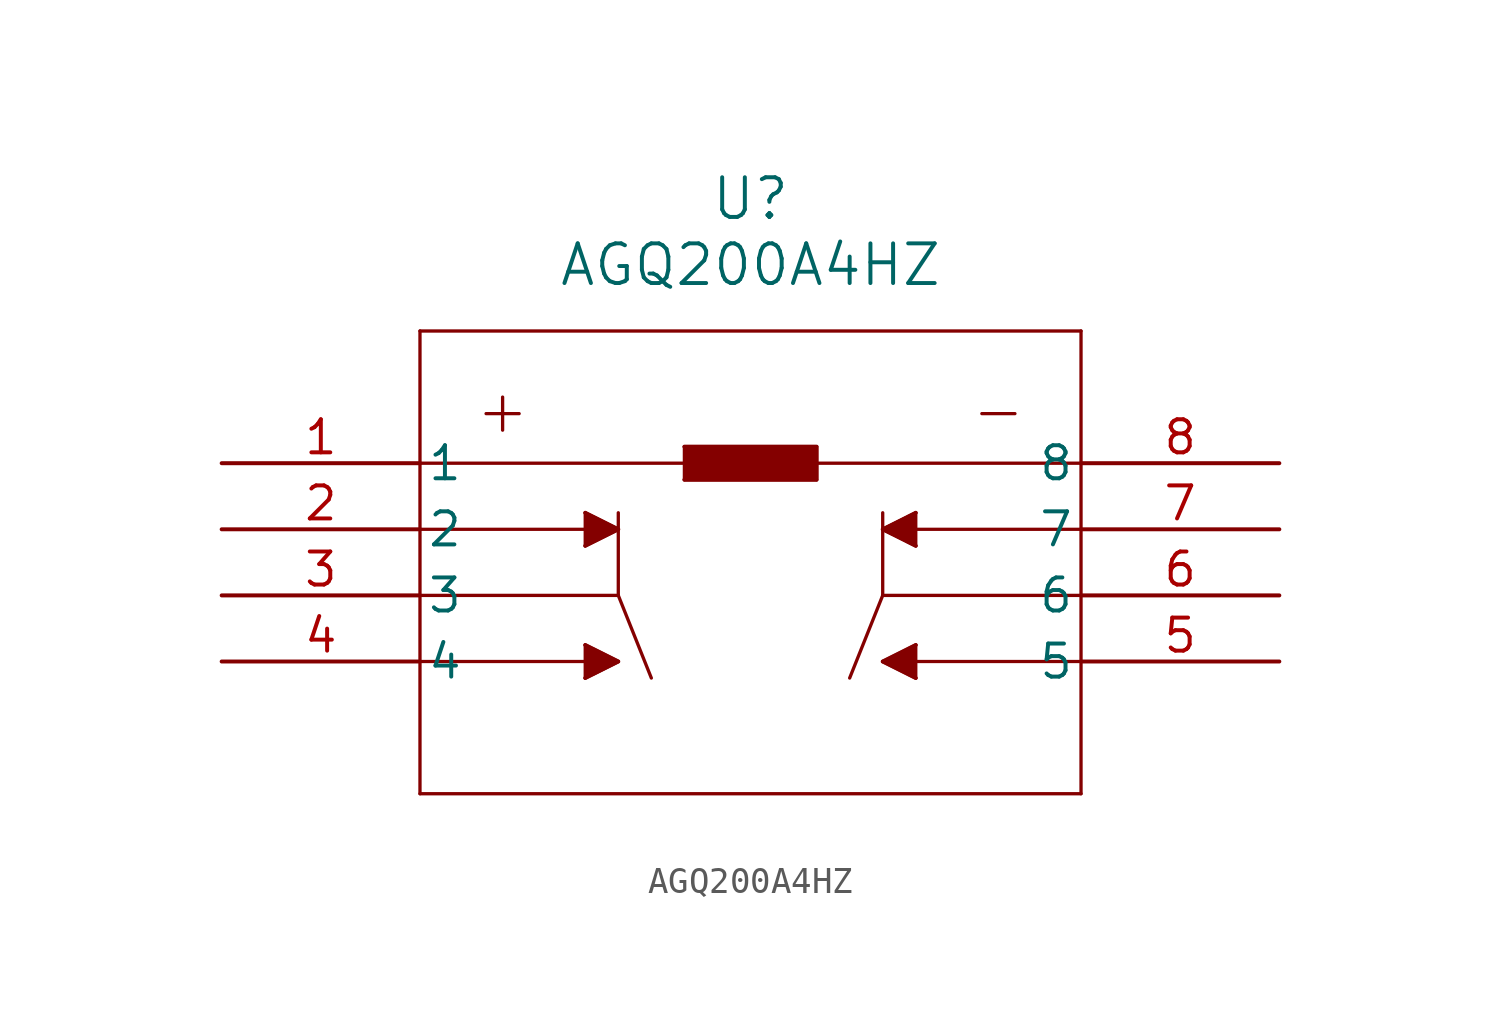
<source format=kicad_sym>
(kicad_symbol_lib
  (version 20211014)
  (generator kicad_symbol_editor)
  (symbol "AGQ200A4HZ"
    (pin_names
      (offset 0.254))
    (property "Reference" "U"
      (at 20.32 10.16 0)
      (effects (font (size 1.524 1.524))))
    (property "Value" "AGQ200A4HZ"
      (at 20.32 7.62 0)
      (effects (font (size 1.524 1.524))))
    (symbol "AGQ200A4HZ_0_1"
      (polyline (pts (xy 7.62 5.08) (xy 7.62 -12.7)) (stroke (width 0.127) (type default) (color 0 0 0 0)) (fill (type none)))
      (polyline (pts (xy 7.62 -12.7) (xy 33.02 -12.7)) (stroke (width 0.127) (type default) (color 0 0 0 0)) (fill (type none)))
      (polyline (pts (xy 33.02 -12.7) (xy 33.02 5.08)) (stroke (width 0.127) (type default) (color 0 0 0 0)) (fill (type none)))
      (polyline (pts (xy 33.02 5.08) (xy 7.62 5.08)) (stroke (width 0.127) (type default) (color 0 0 0 0)) (fill (type none)))
      (polyline (pts (xy 7.62 0) (xy 33.02 0)) (stroke (width 0.127) (type default) (color 0 0 0 0)) (fill (type none)))
      (polyline (pts (xy 17.78 0.635) (xy 22.86 0.635)) (stroke (width 0.127) (type default) (color 0 0 0 0)) (fill (type none)))
      (polyline (pts (xy 17.78 -0.635) (xy 22.86 -0.635)) (stroke (width 0.127) (type default) (color 0 0 0 0)) (fill (type none)))
      (polyline (pts (xy 22.86 -0.635) (xy 22.86 0.635)) (stroke (width 0.127) (type default) (color 0 0 0 0)) (fill (type none)))
      (polyline (pts (xy 17.78 -0.635) (xy 17.78 0.635)) (stroke (width 0.127) (type default) (color 0 0 0 0)) (fill (type none)))
      (polyline (pts (xy 10.795 2.54) (xy 10.795 1.27)) (stroke (width 0.127) (type default) (color 0 0 0 0)) (fill (type none)))
      (polyline (pts (xy 10.16 1.905) (xy 11.43 1.905)) (stroke (width 0.127) (type default) (color 0 0 0 0)) (fill (type none)))
      (polyline (pts (xy 29.21 1.905) (xy 30.48 1.905)) (stroke (width 0.127) (type default) (color 0 0 0 0)) (fill (type none)))
      (polyline (pts (xy 7.62 -5.08) (xy 15.24 -5.08)) (stroke (width 0.127) (type default) (color 0 0 0 0)) (fill (type none)))
      (polyline (pts (xy 15.24 -1.905) (xy 15.24 -5.08)) (stroke (width 0.127) (type default) (color 0 0 0 0)) (fill (type none)))
      (polyline (pts (xy 15.24 -5.08) (xy 16.51 -8.255)) (stroke (width 0.127) (type default) (color 0 0 0 0)) (fill (type none)))
      (polyline (pts (xy 33.02 -5.08) (xy 25.4 -5.08)) (stroke (width 0.127) (type default) (color 0 0 0 0)) (fill (type none)))
      (polyline (pts (xy 25.4 -1.905) (xy 25.4 -5.08)) (stroke (width 0.127) (type default) (color 0 0 0 0)) (fill (type none)))
      (polyline (pts (xy 25.4 -5.08) (xy 24.13 -8.255)) (stroke (width 0.127) (type default) (color 0 0 0 0)) (fill (type none)))
      (polyline (pts (xy 7.62 -2.54) (xy 15.24 -2.54)) (stroke (width 0.127) (type default) (color 0 0 0 0)) (fill (type none)))
      (polyline (pts (xy 13.97 -1.905) (xy 13.97 -3.175)) (stroke (width 0.127) (type default) (color 0 0 0 0)) (fill (type none)))
      (polyline (pts (xy 13.97 -1.905) (xy 15.24 -2.54)) (stroke (width 0.127) (type default) (color 0 0 0 0)) (fill (type none)))
      (polyline (pts (xy 13.97 -3.175) (xy 15.24 -2.54)) (stroke (width 0.127) (type default) (color 0 0 0 0)) (fill (type none)))
      (polyline (pts (xy 7.62 -7.62) (xy 15.24 -7.62)) (stroke (width 0.127) (type default) (color 0 0 0 0)) (fill (type none)))
      (polyline (pts (xy 15.24 -7.62) (xy 13.97 -6.985)) (stroke (width 0.127) (type default) (color 0 0 0 0)) (fill (type none)))
      (polyline (pts (xy 13.97 -6.985) (xy 13.97 -8.255)) (stroke (width 0.127) (type default) (color 0 0 0 0)) (fill (type none)))
      (polyline (pts (xy 13.97 -8.255) (xy 15.24 -7.62)) (stroke (width 0.127) (type default) (color 0 0 0 0)) (fill (type none)))
      (polyline (pts (xy 26.67 -1.905) (xy 26.67 -3.175)) (stroke (width 0.127) (type default) (color 0 0 0 0)) (fill (type none)))
      (polyline (pts (xy 26.67 -1.905) (xy 25.4 -2.54)) (stroke (width 0.127) (type default) (color 0 0 0 0)) (fill (type none)))
      (polyline (pts (xy 26.67 -3.175) (xy 25.4 -2.54)) (stroke (width 0.127) (type default) (color 0 0 0 0)) (fill (type none)))
      (polyline (pts (xy 25.4 -7.62) (xy 26.67 -6.985)) (stroke (width 0.127) (type default) (color 0 0 0 0)) (fill (type none)))
      (polyline (pts (xy 26.67 -6.985) (xy 26.67 -8.255)) (stroke (width 0.127) (type default) (color 0 0 0 0)) (fill (type none)))
      (polyline (pts (xy 26.67 -8.255) (xy 25.4 -7.62)) (stroke (width 0.127) (type default) (color 0 0 0 0)) (fill (type none)))
      (polyline (pts (xy 33.02 -2.54) (xy 25.4 -2.54)) (stroke (width 0.127) (type default) (color 0 0 0 0)) (fill (type none)))
      (polyline (pts (xy 33.02 -7.62) (xy 25.4 -7.62)) (stroke (width 0.127) (type default) (color 0 0 0 0)) (fill (type none)))
      (polyline (pts (xy 17.78 0.635) (xy 22.86 0.635) (xy 22.86 -0.635) (xy 17.78 -0.635)) (stroke (width 0) (type default) (color 0 0 0 0)) (fill (type outline)))
      (polyline (pts (xy 13.97 -1.905) (xy 15.24 -2.54) (xy 13.97 -3.175)) (stroke (width 0) (type default) (color 0 0 0 0)) (fill (type outline)))
      (polyline (pts (xy 13.97 -6.985) (xy 15.24 -7.62) (xy 13.97 -8.255)) (stroke (width 0) (type default) (color 0 0 0 0)) (fill (type outline)))
      (polyline (pts (xy 26.67 -3.175) (xy 25.4 -2.54) (xy 26.67 -1.905)) (stroke (width 0) (type default) (color 0 0 0 0)) (fill (type outline)))
      (polyline (pts (xy 26.67 -8.255) (xy 25.4 -7.62) (xy 26.67 -6.985)) (stroke (width 0) (type default) (color 0 0 0 0)) (fill (type outline)))
      (pin unspecified line (at 0 0 0) (length 7.62) (name "1" (effects (font (size 1.27 1.27)))) (number "1" (effects (font (size 1.27 1.27)))))
      (pin unspecified line (at 0 -2.54 0) (length 7.62) (name "2" (effects (font (size 1.27 1.27)))) (number "2" (effects (font (size 1.27 1.27)))))
      (pin unspecified line (at 0 -5.08 0) (length 7.62) (name "3" (effects (font (size 1.27 1.27)))) (number "3" (effects (font (size 1.27 1.27)))))
      (pin unspecified line (at 0 -7.62 0) (length 7.62) (name "4" (effects (font (size 1.27 1.27)))) (number "4" (effects (font (size 1.27 1.27)))))
      (pin unspecified line (at 40.64 -7.62 180) (length 7.62) (name "5" (effects (font (size 1.27 1.27)))) (number "5" (effects (font (size 1.27 1.27)))))
      (pin unspecified line (at 40.64 -5.08 180) (length 7.62) (name "6" (effects (font (size 1.27 1.27)))) (number "6" (effects (font (size 1.27 1.27)))))
      (pin unspecified line (at 40.64 -2.54 180) (length 7.62) (name "7" (effects (font (size 1.27 1.27)))) (number "7" (effects (font (size 1.27 1.27)))))
      (pin unspecified line (at 40.64 0 180) (length 7.62) (name "8" (effects (font (size 1.27 1.27)))) (number "8" (effects (font (size 1.27 1.27))))))))
</source>
